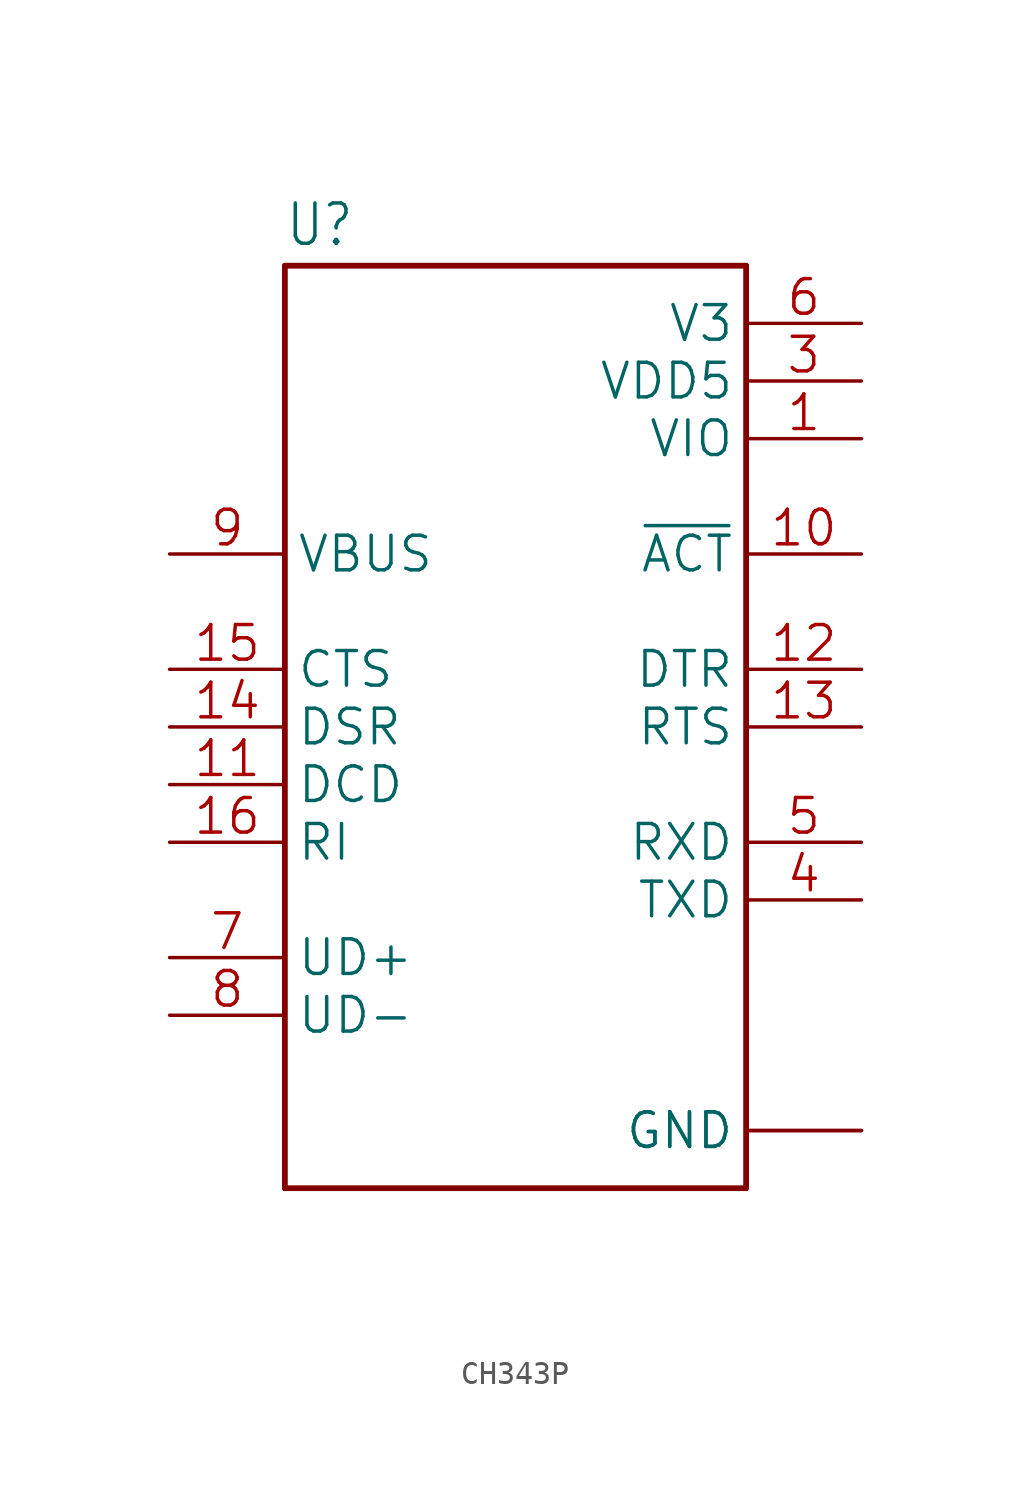
<source format=kicad_sym>
(kicad_symbol_lib
  (version 20241209)
  (generator "kicad_symbol_editor")
  (generator_version "9.0")
  (symbol "CH343P"
    (property "Reference" "U"
      (at -10.16 21.082 0)
      (effects (font (size 1.778 1.511)) (justify left bottom)))
    (property "Value" ""
      (at -10.16 -22.86 0)
      (effects (font (size 1.778 1.511)) (justify left bottom)))
    (property "ki_locked" ""
      (at 0 0 0)
      (effects (font (size 1.27 1.27))))
    (symbol "CH343P_1_0"
      (polyline (pts (xy -10.16 20.32) (xy -10.16 -20.32)) (stroke (width 0.254) (type solid)) (fill (type none)))
      (polyline (pts (xy -10.16 -20.32) (xy 10.16 -20.32)) (stroke (width 0.254) (type solid)) (fill (type none)))
      (polyline (pts (xy 10.16 20.32) (xy -10.16 20.32)) (stroke (width 0.254) (type solid)) (fill (type none)))
      (polyline (pts (xy 10.16 -20.32) (xy 10.16 20.32)) (stroke (width 0.254) (type solid)) (fill (type none)))
      (pin input line (at -15.24 7.62 0) (length 5.08) (name "VBUS" (effects (font (size 1.524 1.524)))) (number "9" (effects (font (size 1.524 1.524)))))
      (pin input line (at -15.24 2.54 0) (length 5.08) (name "CTS" (effects (font (size 1.524 1.524)))) (number "15" (effects (font (size 1.524 1.524)))))
      (pin input line (at -15.24 0 0) (length 5.08) (name "DSR" (effects (font (size 1.524 1.524)))) (number "14" (effects (font (size 1.524 1.524)))))
      (pin input line (at -15.24 -2.54 0) (length 5.08) (name "DCD" (effects (font (size 1.524 1.524)))) (number "11" (effects (font (size 1.524 1.524)))))
      (pin input line (at -15.24 -5.08 0) (length 5.08) (name "RI" (effects (font (size 1.524 1.524)))) (number "16" (effects (font (size 1.524 1.524)))))
      (pin bidirectional line (at -15.24 -10.16 0) (length 5.08) (name "UD+" (effects (font (size 1.524 1.524)))) (number "7" (effects (font (size 1.524 1.524)))))
      (pin bidirectional line (at -15.24 -12.7 0) (length 5.08) (name "UD-" (effects (font (size 1.524 1.524)))) (number "8" (effects (font (size 1.524 1.524)))))
      (pin power_in line (at 15.24 17.78 180) (length 5.08) (name "V3" (effects (font (size 1.524 1.524)))) (number "6" (effects (font (size 1.524 1.524)))))
      (pin power_in line (at 15.24 15.24 180) (length 5.08) (name "VDD5" (effects (font (size 1.524 1.524)))) (number "3" (effects (font (size 1.524 1.524)))))
      (pin power_in line (at 15.24 12.7 180) (length 5.08) (name "VIO" (effects (font (size 1.524 1.524)))) (number "1" (effects (font (size 1.524 1.524)))))
      (pin output line (at 15.24 7.62 180) (length 5.08) (name "~{ACT}" (effects (font (size 1.524 1.524)))) (number "10" (effects (font (size 1.524 1.524)))))
      (pin output line (at 15.24 2.54 180) (length 5.08) (name "DTR" (effects (font (size 1.524 1.524)))) (number "12" (effects (font (size 1.524 1.524)))))
      (pin output line (at 15.24 0 180) (length 5.08) (name "RTS" (effects (font (size 1.524 1.524)))) (number "13" (effects (font (size 1.524 1.524)))))
      (pin input line (at 15.24 -5.08 180) (length 5.08) (name "RXD" (effects (font (size 1.524 1.524)))) (number "5" (effects (font (size 1.524 1.524)))))
      (pin output line (at 15.24 -7.62 180) (length 5.08) (name "TXD" (effects (font (size 1.524 1.524)))) (number "4" (effects (font (size 1.524 1.524)))))
      (pin power_in line (at 15.24 -17.78 180) (length 5.08) (name "GND" (effects (font (size 1.524 1.524)))) (number "17" (effects (font (size 0 0)))))
      (pin power_in line (at 15.24 -17.78 180) (length 5.08) (name "GND" (effects (font (size 1.524 1.524)))) (number "2" (effects (font (size 0 0))))))))
</source>
